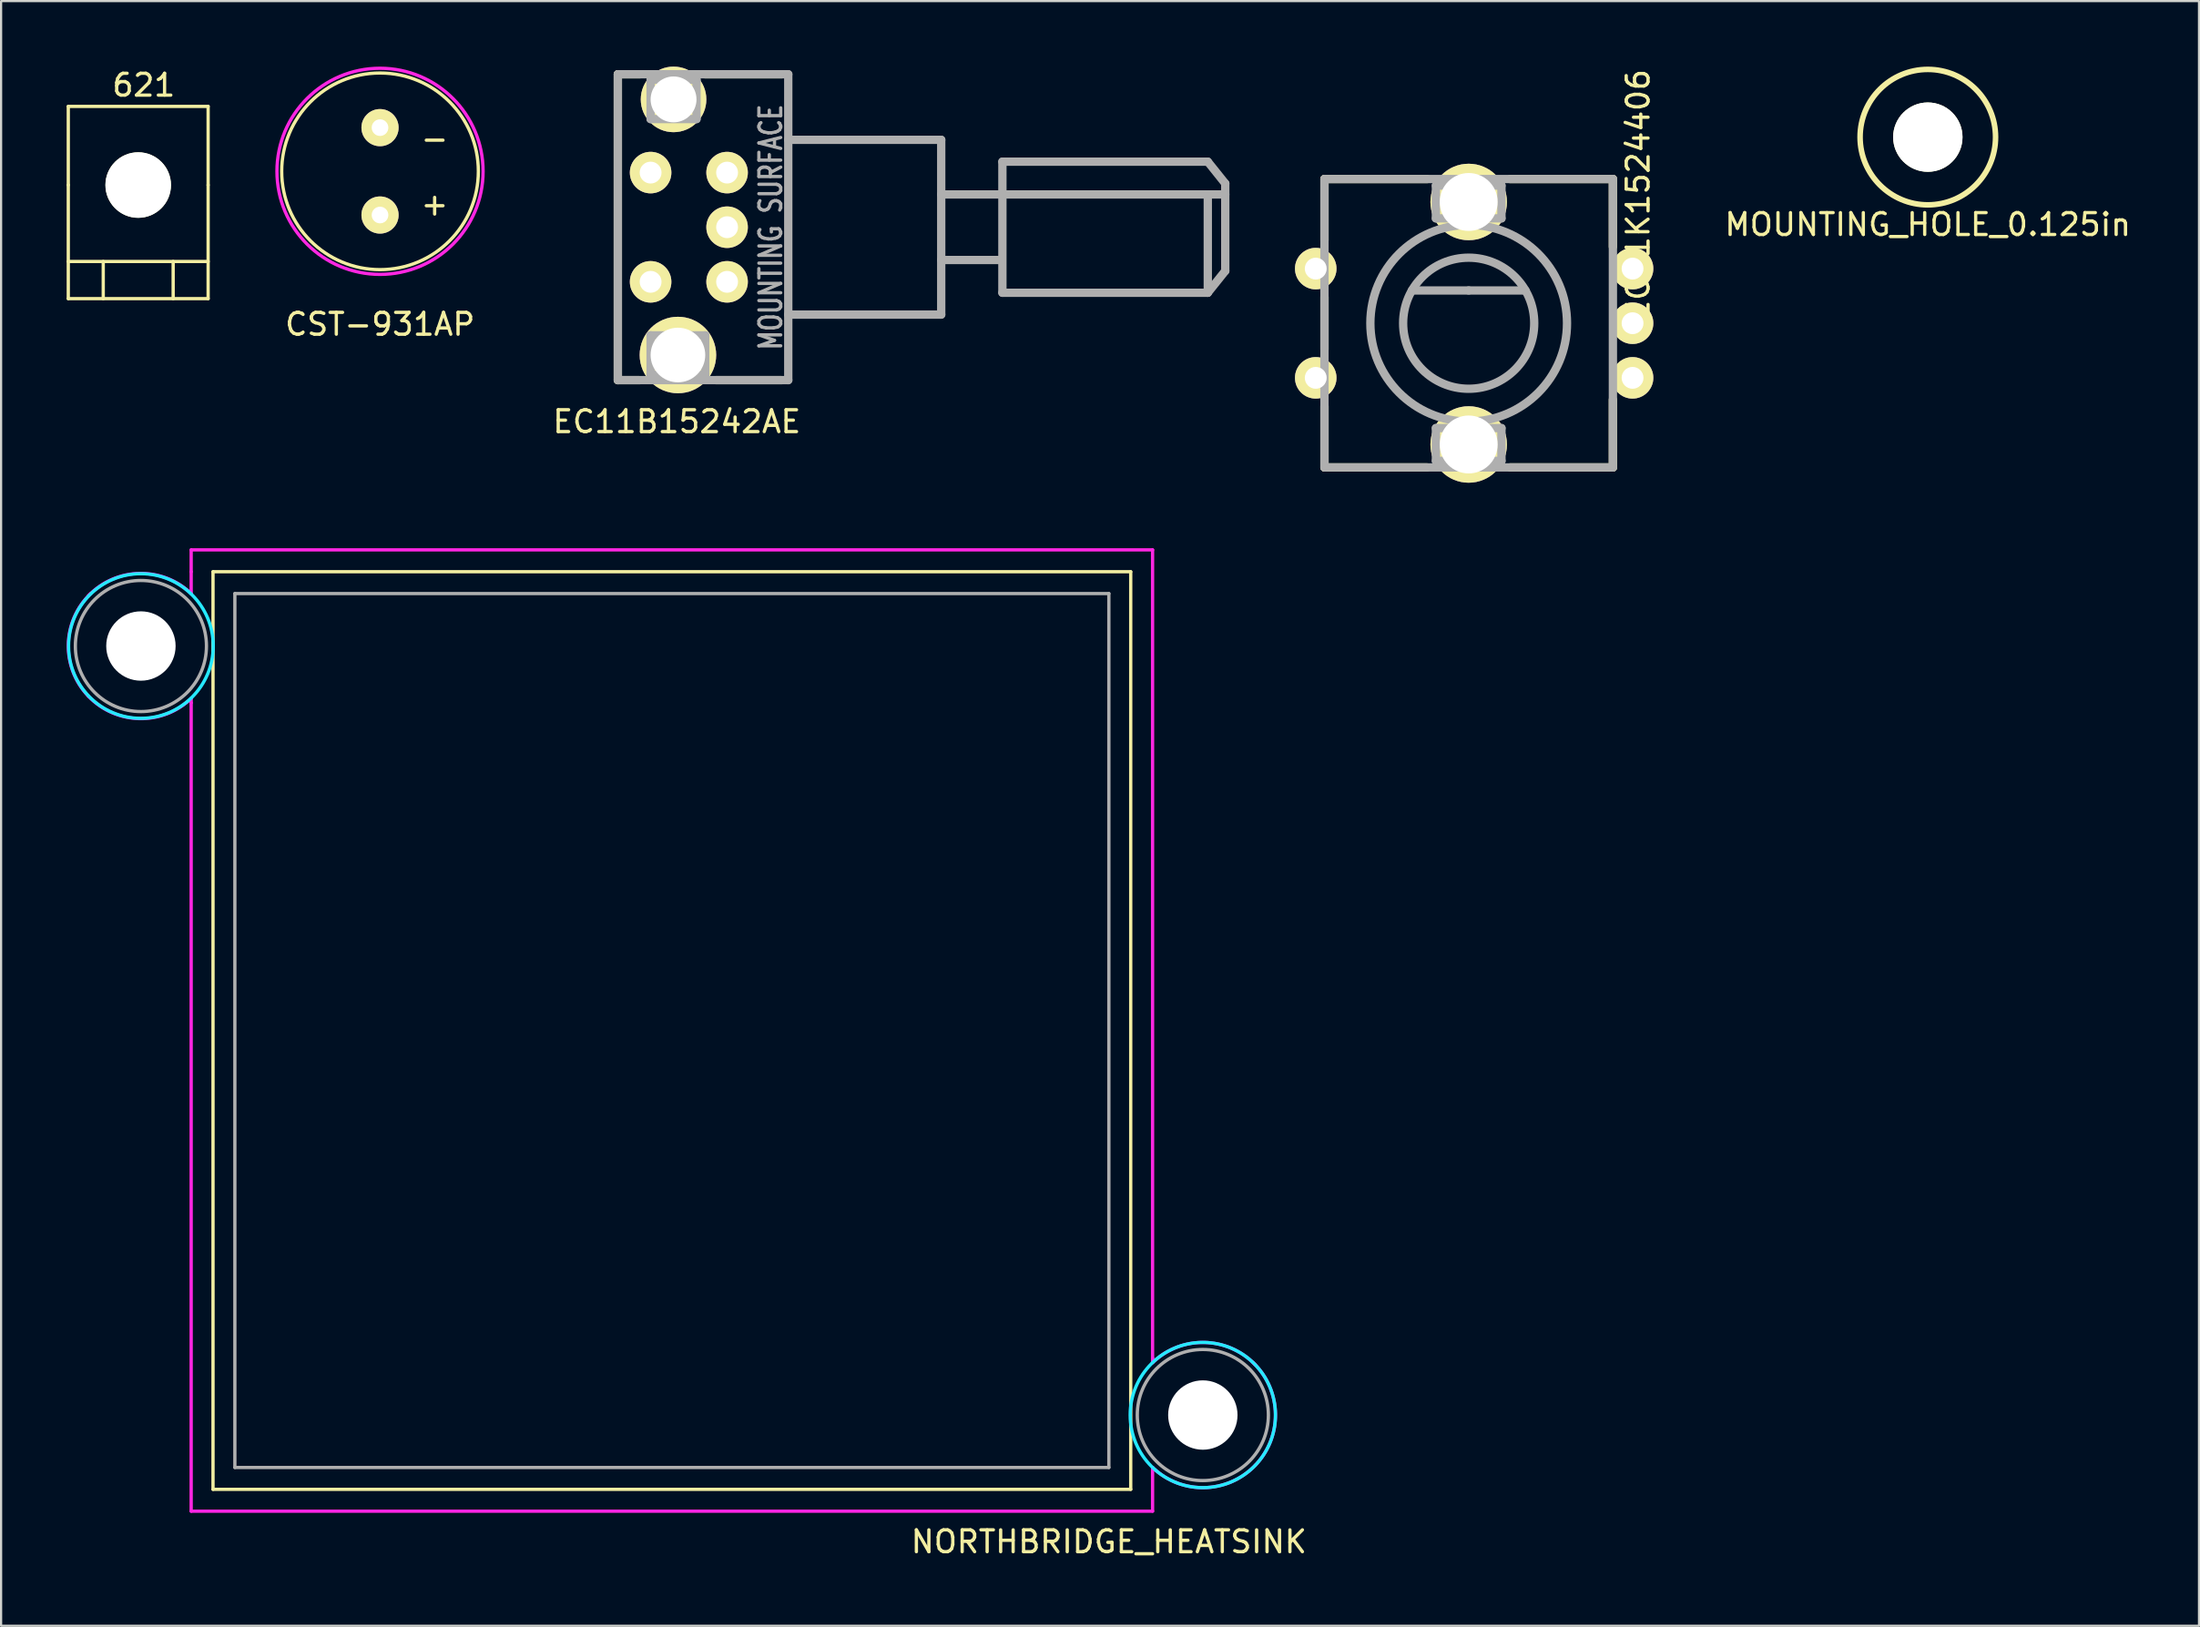
<source format=kicad_pcb>
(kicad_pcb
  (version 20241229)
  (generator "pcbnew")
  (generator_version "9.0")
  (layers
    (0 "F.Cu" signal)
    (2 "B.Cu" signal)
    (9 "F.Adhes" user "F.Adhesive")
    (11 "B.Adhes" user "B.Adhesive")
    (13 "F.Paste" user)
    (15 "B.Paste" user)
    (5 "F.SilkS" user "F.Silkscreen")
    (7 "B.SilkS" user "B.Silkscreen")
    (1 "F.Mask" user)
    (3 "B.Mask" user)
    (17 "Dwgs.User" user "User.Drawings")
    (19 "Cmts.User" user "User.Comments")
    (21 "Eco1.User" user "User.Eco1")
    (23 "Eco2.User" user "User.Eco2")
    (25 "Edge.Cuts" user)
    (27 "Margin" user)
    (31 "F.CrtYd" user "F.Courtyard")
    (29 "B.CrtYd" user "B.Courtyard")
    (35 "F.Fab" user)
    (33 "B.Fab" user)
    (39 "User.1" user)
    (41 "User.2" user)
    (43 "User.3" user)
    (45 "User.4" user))
  (footprint "CST-931AP"
    (layer "F.Cu")
    (at 14.342 4.792)
    (property "Reference" "CST-931AP" (at 0 7 0) (layer "F.SilkS") (effects (font (size 1 1) (thickness 0.15))))
    (attr through_hole)
    (fp_circle (center 0 0) (end 4.5 0) (stroke (width 0.15) (type solid)) (fill no) (layer "F.SilkS"))
    (fp_circle (center 0 0) (end 4 2.5) (stroke (width 0.15) (type solid)) (fill no) (layer "F.CrtYd"))
    (fp_text user "-" (at 2.5 -1.5 0) (layer "F.SilkS") (effects (font (size 1 1) (thickness 0.15))))
    (fp_text user "+" (at 2.5 1.5 0) (layer "F.SilkS") (effects (font (size 1 1) (thickness 0.15))))
    (pad "1" thru_hole circle (at 0 -2) (size 1.7 1.7) (drill 0.762) (layers "*.Cu" "*.Mask" "F.SilkS"))
    (pad "2" thru_hole circle (at 0 2) (size 1.7 1.7) (drill 0.762) (layers "*.Cu" "*.Mask" "F.SilkS")))
  (footprint "NORTHBRIDGE_HEATSINK"
    (layer "F.Cu")
    (at 27.699 44.12)
    (property "Reference" "NORTHBRIDGE_HEATSINK" (at 20 23.4 0) (layer "F.SilkS") (effects (font (size 1 1) (thickness 0.15))))
    (attr through_hole)
    (fp_line (start -21 -21) (end -21 21) (stroke (width 0.15) (type solid)) (layer "F.SilkS"))
    (fp_line (start -21 21) (end 21 21) (stroke (width 0.15) (type solid)) (layer "F.SilkS"))
    (fp_line (start 21 -21) (end -21 -21) (stroke (width 0.15) (type solid)) (layer "F.SilkS"))
    (fp_line (start 21 21) (end 21 -21) (stroke (width 0.15) (type solid)) (layer "F.SilkS"))
    (fp_circle (center -24.3 -17.6) (end -25.7 -14.6) (stroke (width 0.15) (type solid)) (fill no) (layer "B.CrtYd"))
    (fp_circle (center 24.3 17.6) (end 23.4 20.8) (stroke (width 0.15) (type solid)) (fill no) (layer "B.CrtYd"))
    (fp_line (start -22 -22) (end -22 -21) (stroke (width 0.15) (type solid)) (layer "F.CrtYd"))
    (fp_line (start -22 -20) (end -22 -21) (stroke (width 0.15) (type solid)) (layer "F.CrtYd"))
    (fp_line (start -22 -15) (end -22 -15.2) (stroke (width 0.15) (type solid)) (layer "F.CrtYd"))
    (fp_line (start -22 -15) (end -22 22) (stroke (width 0.15) (type solid)) (layer "F.CrtYd"))
    (fp_line (start -22 22) (end 22 22) (stroke (width 0.15) (type solid)) (layer "F.CrtYd"))
    (fp_line (start 22 -22) (end -22 -22) (stroke (width 0.15) (type solid)) (layer "F.CrtYd"))
    (fp_line (start 22 15) (end 22 -22) (stroke (width 0.15) (type solid)) (layer "F.CrtYd"))
    (fp_line (start 22 15.2) (end 22 15) (stroke (width 0.15) (type solid)) (layer "F.CrtYd"))
    (fp_line (start 22 22) (end 22 20) (stroke (width 0.15) (type solid)) (layer "F.CrtYd"))
    (fp_arc (start -26.7 -19.9) (mid -24.370711 -20.923402) (end -22 -20) (stroke (width 0.15) (type solid)) (layer "F.CrtYd"))
    (fp_arc (start -26.7 -15.3) (mid -27.623402 -17.670711) (end -26.6 -20) (stroke (width 0.15) (type solid)) (layer "F.CrtYd"))
    (fp_arc (start -22 -15.2) (mid -24.370711 -14.276598) (end -26.7 -15.3) (stroke (width 0.15) (type solid)) (layer "F.CrtYd"))
    (fp_arc (start 22 15.2) (mid 24.370711 14.276598) (end 26.7 15.3) (stroke (width 0.15) (type solid)) (layer "F.CrtYd"))
    (fp_arc (start 26.6 15.2) (mid 27.623402 17.529289) (end 26.7 19.9) (stroke (width 0.15) (type solid)) (layer "F.CrtYd"))
    (fp_arc (start 26.7 19.9) (mid 24.370711 20.923402) (end 22 20) (stroke (width 0.15) (type solid)) (layer "F.CrtYd"))
    (fp_line (start -20 -20) (end -20 20) (stroke (width 0.15) (type solid)) (layer "F.Fab"))
    (fp_line (start -20 20) (end 20 20) (stroke (width 0.15) (type solid)) (layer "F.Fab"))
    (fp_line (start 20 -20) (end -20 -20) (stroke (width 0.15) (type solid)) (layer "F.Fab"))
    (fp_line (start 20 20) (end 20 -20) (stroke (width 0.15) (type solid)) (layer "F.Fab"))
    (fp_circle (center -24.3 -17.6) (end -24.3 -14.6) (stroke (width 0.15) (type solid)) (fill no) (layer "F.Fab"))
    (fp_circle (center 24.3 17.6) (end 24.3 20.6) (stroke (width 0.15) (type solid)) (fill no) (layer "F.Fab"))
    (pad "" np_thru_hole circle (at -24.3 -17.6) (size 3.175 3.175) (drill 3.175) (layers "*.Cu" "*.Mask"))
    (pad "" np_thru_hole circle (at 24.3 17.6) (size 3.175 3.175) (drill 3.175) (layers "*.Cu" "*.Mask")))
  (footprint "EC11B15242AE"
    (layer "F.Cu")
    (at 26.726 7.35)
    (property "Reference" "EC11B15242AE" (at 1.2 8.9 0) (layer "F.SilkS") (effects (font (size 1 1) (thickness 0.15))))
    (attr through_hole)
    (fp_line (start -1.5 -7) (end -1.5 7) (stroke (width 0.381) (type solid)) (layer "F.SilkS"))
    (fp_line (start -0.5 -7) (end -1.5 -7) (stroke (width 0.381) (type solid)) (layer "F.SilkS"))
    (fp_line (start -0.5 7) (end -1.5 7) (stroke (width 0.381) (type solid)) (layer "F.SilkS"))
    (fp_line (start 6 -7) (end 2.5 -7) (stroke (width 0.381) (type solid)) (layer "F.SilkS"))
    (fp_line (start 6 7) (end 3 7) (stroke (width 0.381) (type solid)) (layer "F.SilkS"))
    (fp_line (start -1.5 -7) (end 6.3 -7) (stroke (width 0.381) (type solid)) (layer "F.Fab"))
    (fp_line (start -1.5 7) (end -1.5 -7) (stroke (width 0.381) (type solid)) (layer "F.Fab"))
    (fp_line (start 0 -6.75) (end 0 -4.95) (stroke (width 0.381) (type solid)) (layer "F.Fab"))
    (fp_line (start 0 -4.95) (end 2.1 -4.95) (stroke (width 0.381) (type solid)) (layer "F.Fab"))
    (fp_line (start 0 4.95) (end 2.5 4.95) (stroke (width 0.381) (type solid)) (layer "F.Fab"))
    (fp_line (start 0 6.75) (end 0 4.95) (stroke (width 0.381) (type solid)) (layer "F.Fab"))
    (fp_line (start 2.1 -6.75) (end 0 -6.75) (stroke (width 0.381) (type solid)) (layer "F.Fab"))
    (fp_line (start 2.1 -4.95) (end 2.1 -6.75) (stroke (width 0.381) (type solid)) (layer "F.Fab"))
    (fp_line (start 2.5 4.95) (end 2.5 6.75) (stroke (width 0.381) (type solid)) (layer "F.Fab"))
    (fp_line (start 2.5 6.75) (end 0 6.75) (stroke (width 0.381) (type solid)) (layer "F.Fab"))
    (fp_line (start 6.3 -7) (end 6.3 7) (stroke (width 0.381) (type solid)) (layer "F.Fab"))
    (fp_line (start 6.3 -4) (end 13.3 -4) (stroke (width 0.381) (type solid)) (layer "F.Fab"))
    (fp_line (start 6.3 4) (end 13.3 4) (stroke (width 0.381) (type solid)) (layer "F.Fab"))
    (fp_line (start 6.3 7) (end -1.5 7) (stroke (width 0.381) (type solid)) (layer "F.Fab"))
    (fp_line (start 13.3 -1.5) (end 16 -1.5) (stroke (width 0.381) (type solid)) (layer "F.Fab"))
    (fp_line (start 13.3 1.5) (end 16 1.5) (stroke (width 0.381) (type solid)) (layer "F.Fab"))
    (fp_line (start 13.3 4) (end 13.3 -4) (stroke (width 0.381) (type solid)) (layer "F.Fab"))
    (fp_line (start 16.1 -3) (end 16.1 3) (stroke (width 0.381) (type solid)) (layer "F.Fab"))
    (fp_line (start 16.1 -3) (end 25.5 -3) (stroke (width 0.381) (type solid)) (layer "F.Fab"))
    (fp_line (start 16.1 -1.5) (end 26.3 -1.5) (stroke (width 0.381) (type solid)) (layer "F.Fab"))
    (fp_line (start 16.1 3) (end 25.5 3) (stroke (width 0.381) (type solid)) (layer "F.Fab"))
    (fp_line (start 25.5 -3) (end 26.3 -2) (stroke (width 0.381) (type solid)) (layer "F.Fab"))
    (fp_line (start 25.5 3) (end 25.5 -1.5) (stroke (width 0.381) (type solid)) (layer "F.Fab"))
    (fp_line (start 25.5 3) (end 26.3 2) (stroke (width 0.381) (type solid)) (layer "F.Fab"))
    (fp_line (start 26.3 -2) (end 26.3 2) (stroke (width 0.381) (type solid)) (layer "F.Fab"))
    (fp_text user "MOUNTING SURFACE" (at 5.5 0 90) (layer "F.Fab") (effects (font (size 1 0.75) (thickness 0.15))))
    (pad "A" thru_hole circle (at 3.5 2.5) (size 1.9 1.9) (drill 1) (layers "*.Cu" "*.Mask" "F.SilkS"))
    (pad "B" thru_hole circle (at 3.5 -2.5) (size 1.9 1.9) (drill 1) (layers "*.Cu" "*.Mask" "F.SilkS"))
    (pad "C" thru_hole circle (at 3.5 0) (size 1.9 1.9) (drill 1) (layers "*.Cu" "*.Mask" "F.SilkS"))
    (pad "D" thru_hole circle (at 0 2.5) (size 1.9 1.9) (drill 1) (layers "*.Cu" "*.Mask" "F.SilkS"))
    (pad "E" thru_hole circle (at 0 -2.5) (size 1.9 1.9) (drill 1) (layers "*.Cu" "*.Mask" "F.SilkS"))
    (pad "MTG1" thru_hole circle (at 1.05 -5.85) (size 3 3) (drill 2.1) (layers "*.Cu" "*.Mask" "F.SilkS"))
    (pad "MTG2" thru_hole circle (at 1.25 5.85) (size 3.5 3.5) (drill 2.5) (layers "*.Cu" "*.Mask" "F.SilkS")))
  (footprint "621"
    (layer "F.Cu")
    (at 3.275 5.42)
    (property "Reference" "621" (at 0.254 -4.572 0) (layer "F.SilkS") (effects (font (size 1 1) (thickness 0.15))))
    (attr through_hole)
    (fp_line (start -3.2 -3.6) (end 3.2 -3.6) (stroke (width 0.15) (type solid)) (layer "F.SilkS"))
    (fp_line (start -3.2 0) (end -3.2 -3.6) (stroke (width 0.15) (type solid)) (layer "F.SilkS"))
    (fp_line (start -3.2 0) (end -3.2 5.2) (stroke (width 0.15) (type solid)) (layer "F.SilkS"))
    (fp_line (start -3.2 3.5) (end 3.2 3.5) (stroke (width 0.15) (type solid)) (layer "F.SilkS"))
    (fp_line (start -3.2 5.2) (end 3.2 5.2) (stroke (width 0.15) (type solid)) (layer "F.SilkS"))
    (fp_line (start -1.6 3.5) (end -1.6 5.2) (stroke (width 0.15) (type solid)) (layer "F.SilkS"))
    (fp_line (start 1.6 3.5) (end 1.6 5.2) (stroke (width 0.15) (type solid)) (layer "F.SilkS"))
    (fp_line (start 3.2 0) (end 3.2 -3.6) (stroke (width 0.15) (type solid)) (layer "F.SilkS"))
    (fp_line (start 3.2 0) (end 3.2 5.2) (stroke (width 0.15) (type solid)) (layer "F.SilkS"))
    (pad "" np_thru_hole circle (at 0 0) (size 3 3) (drill 3) (layers "*.Cu" "*.Mask" "F.SilkS")))
  (footprint "MOUNTING_HOLE_0.125in"
    (layer "F.Cu")
    (at 85.179 3.227)
    (property "Reference" "MOUNTING_HOLE_0.125in" (at 0 4 0) (layer "F.SilkS") (effects (font (size 1 1) (thickness 0.15))))
    (attr through_hole)
    (fp_circle (center 0 0) (end 0 3.1) (stroke (width 0.254) (type solid)) (fill no) (layer "F.SilkS"))
    (pad "" np_thru_hole circle (at 0 0) (size 3.175 3.175) (drill 3.175) (layers "*.Cu" "*.Mask" "F.SilkS")))
  (footprint "EC11K1524406"
    (layer "F.Cu")
    (at 64.166 11.745)
    (property "Reference" "EC11K1524406" (at 7.754 -5.882 90) (layer "F.SilkS") (effects (font (size 1 1) (thickness 0.15))))
    (attr through_hole)
    (fp_line (start -6.6 -6.6) (end -1.9 -6.6) (stroke (width 0.381) (type solid)) (layer "F.SilkS"))
    (fp_line (start -6.6 -3.8) (end -6.6 -6.6) (stroke (width 0.381) (type solid)) (layer "F.SilkS"))
    (fp_line (start -6.6 -1.2) (end -6.6 1.2) (stroke (width 0.381) (type solid)) (layer "F.SilkS"))
    (fp_line (start -6.6 6.6) (end -6.6 3.8) (stroke (width 0.381) (type solid)) (layer "F.SilkS"))
    (fp_line (start -6.6 6.6) (end -1.9 6.6) (stroke (width 0.381) (type solid)) (layer "F.SilkS"))
    (fp_line (start 1.9 -6.6) (end 6.6 -6.6) (stroke (width 0.381) (type solid)) (layer "F.SilkS"))
    (fp_line (start 1.9 6.6) (end 6.6 6.6) (stroke (width 0.381) (type solid)) (layer "F.SilkS"))
    (fp_line (start 6.6 -3.5) (end 6.6 -6.6) (stroke (width 0.381) (type solid)) (layer "F.SilkS"))
    (fp_line (start 6.6 6.6) (end 6.6 3.5) (stroke (width 0.381) (type solid)) (layer "F.SilkS"))
    (fp_line (start -6.6 -6.6) (end -6.6 6.6) (stroke (width 0.381) (type solid)) (layer "F.Fab"))
    (fp_line (start -6.6 6.6) (end 6.6 6.6) (stroke (width 0.381) (type solid)) (layer "F.Fab"))
    (fp_line (start -1.5 -6.3) (end -1.5 -4.8) (stroke (width 0.381) (type solid)) (layer "F.Fab"))
    (fp_line (start -1.5 -6.3) (end 1.5 -6.3) (stroke (width 0.381) (type solid)) (layer "F.Fab"))
    (fp_line (start -1.5 -4.8) (end 1.5 -4.8) (stroke (width 0.381) (type solid)) (layer "F.Fab"))
    (fp_line (start -1.5 4.8) (end 1.5 4.8) (stroke (width 0.381) (type solid)) (layer "F.Fab"))
    (fp_line (start -1.5 6.3) (end -1.5 4.8) (stroke (width 0.381) (type solid)) (layer "F.Fab"))
    (fp_line (start -1.5 6.3) (end 1.5 6.3) (stroke (width 0.381) (type solid)) (layer "F.Fab"))
    (fp_line (start 0 -1.5) (end -2.6 -1.5) (stroke (width 0.381) (type solid)) (layer "F.Fab"))
    (fp_line (start 0 -1.5) (end 2.6 -1.5) (stroke (width 0.381) (type solid)) (layer "F.Fab"))
    (fp_line (start 1.5 -4.8) (end 1.5 -6.3) (stroke (width 0.381) (type solid)) (layer "F.Fab"))
    (fp_line (start 1.5 4.8) (end 1.5 6.3) (stroke (width 0.381) (type solid)) (layer "F.Fab"))
    (fp_line (start 6.6 -6.6) (end -6.6 -6.6) (stroke (width 0.381) (type solid)) (layer "F.Fab"))
    (fp_line (start 6.6 6.6) (end 6.6 -6.6) (stroke (width 0.381) (type solid)) (layer "F.Fab"))
    (fp_circle (center 0 0) (end 0 4.5) (stroke (width 0.381) (type solid)) (fill no) (layer "F.Fab"))
    (fp_circle (center 0 0) (end 3 0) (stroke (width 0.381) (type solid)) (fill no) (layer "F.Fab"))
    (pad "A" thru_hole circle (at 7.5 2.5) (size 1.9 1.9) (drill 1) (layers "*.Cu" "*.Mask" "F.SilkS"))
    (pad "B" thru_hole circle (at 7.5 -2.5) (size 1.9 1.9) (drill 1) (layers "*.Cu" "*.Mask" "F.SilkS"))
    (pad "C" thru_hole circle (at 7.5 0) (size 1.9 1.9) (drill 1) (layers "*.Cu" "*.Mask" "F.SilkS"))
    (pad "D" thru_hole circle (at -7 2.5) (size 1.9 1.9) (drill 1) (layers "*.Cu" "*.Mask" "F.SilkS"))
    (pad "E" thru_hole circle (at -7 -2.5) (size 1.9 1.9) (drill 1) (layers "*.Cu" "*.Mask" "F.SilkS"))
    (pad "MTG1" thru_hole circle (at 0 -5.55) (size 3.5 3.5) (drill 2.65) (layers "*.Cu" "*.Mask" "F.SilkS" "Eco2.User"))
    (pad "MTG2" thru_hole circle (at 0 5.55) (size 3.5 3.5) (drill 2.65) (layers "*.Cu" "*.Mask" "F.SilkS")))
  (gr_rect
    (start -3 -3)
    (end 97.59 71.368)
    (stroke (width 0.1) (type default))
    (fill no)
    (layer "Edge.Cuts")))
</source>
